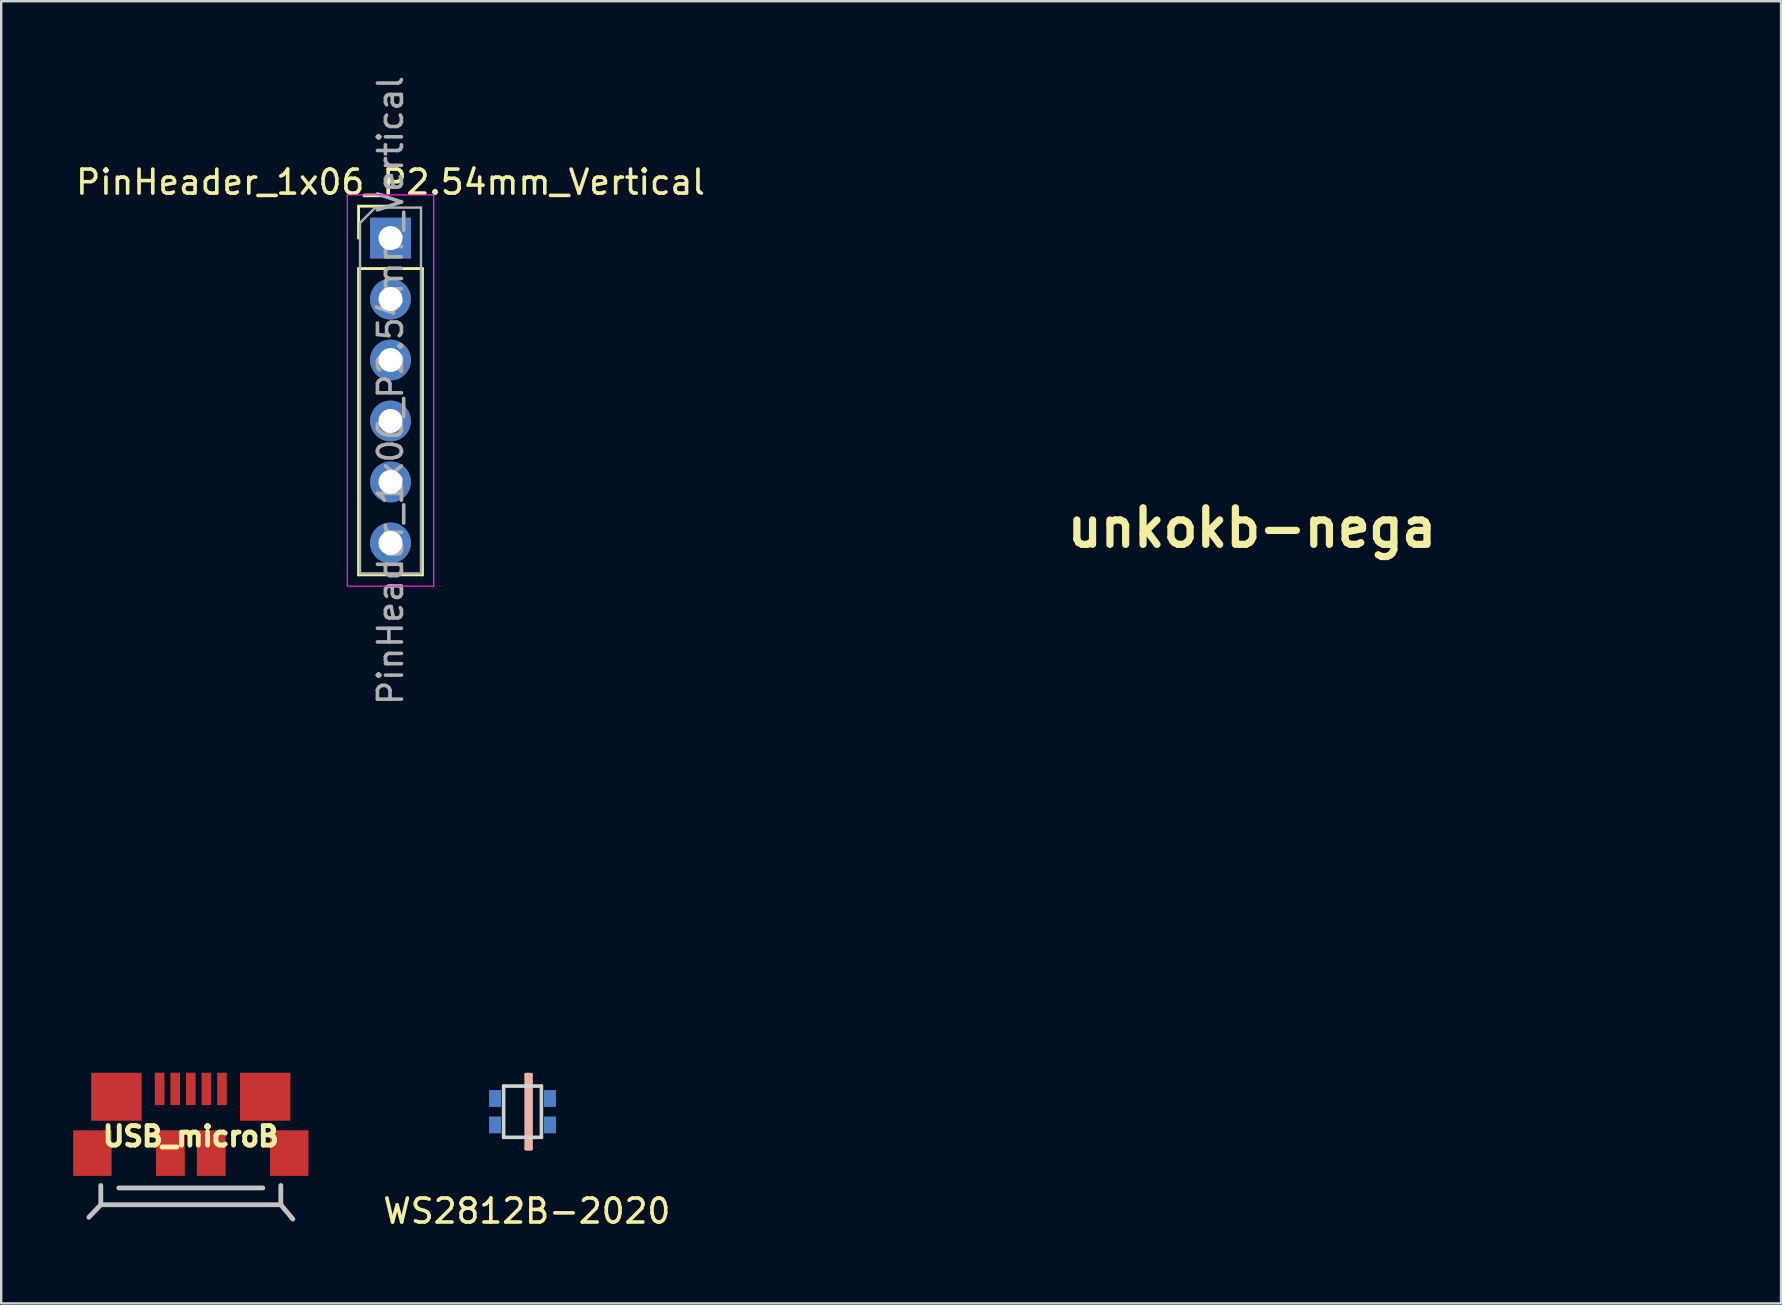
<source format=kicad_pcb>
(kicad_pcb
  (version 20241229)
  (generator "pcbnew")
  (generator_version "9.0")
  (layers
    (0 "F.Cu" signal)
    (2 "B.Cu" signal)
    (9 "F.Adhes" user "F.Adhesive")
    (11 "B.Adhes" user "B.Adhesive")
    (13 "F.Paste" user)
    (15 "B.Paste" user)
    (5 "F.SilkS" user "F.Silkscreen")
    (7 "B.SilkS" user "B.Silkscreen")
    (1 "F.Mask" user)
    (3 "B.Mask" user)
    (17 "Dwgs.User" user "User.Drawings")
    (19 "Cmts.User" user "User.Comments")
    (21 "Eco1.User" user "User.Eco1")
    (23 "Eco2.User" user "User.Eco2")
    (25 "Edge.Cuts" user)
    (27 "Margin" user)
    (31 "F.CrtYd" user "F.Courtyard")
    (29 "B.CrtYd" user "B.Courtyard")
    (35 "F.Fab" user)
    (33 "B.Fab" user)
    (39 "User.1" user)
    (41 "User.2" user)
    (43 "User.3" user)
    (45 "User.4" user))
  (footprint "USB_microB"
    (layer "F.Cu")
    (at 4.9 44.992)
    (property "Reference" "USB_microB" (at 0 -0.699 0) (layer "F.SilkS") (effects (font (size 0.813 0.813) (thickness 0.203))))
    (attr through_hole)
    (fp_line (start -3.75 2.15) (end -4.25 2.675) (stroke (width 0.2) (type solid)) (layer "Dwgs.User"))
    (fp_line (start -3.75 2.15) (end -3.75 1.35) (stroke (width 0.2) (type solid)) (layer "Dwgs.User"))
    (fp_line (start -3.75 2.15) (end 3.75 2.15) (stroke (width 0.2) (type solid)) (layer "Dwgs.User"))
    (fp_line (start -3 1.45) (end 3 1.45) (stroke (width 0.2) (type solid)) (layer "Dwgs.User"))
    (fp_line (start 3.75 2.15) (end 3.75 1.35) (stroke (width 0.2) (type solid)) (layer "Dwgs.User"))
    (fp_line (start 3.75 2.15) (end 4.25 2.75) (stroke (width 0.2) (type solid)) (layer "Dwgs.User"))
    (pad "1" smd rect (at -1.3 -2.675 180) (size 0.4 1.35) (layers "F.Cu" "F.Mask" "F.Paste"))
    (pad "2" smd rect (at -0.65 -2.675 180) (size 0.4 1.35) (layers "F.Cu" "F.Mask" "F.Paste"))
    (pad "3" smd rect (at 0 -2.675 180) (size 0.4 1.35) (layers "F.Cu" "F.Mask" "F.Paste"))
    (pad "4" smd rect (at 0.65 -2.675 180) (size 0.4 1.35) (layers "F.Cu" "F.Mask" "F.Paste"))
    (pad "5" smd rect (at 1.298 -2.675 180) (size 0.4 1.35) (layers "F.Cu" "F.Mask" "F.Paste"))
    (pad "6" smd rect (at -4.1 0) (size 1.6 1.9) (layers "F.Cu" "F.Mask" "F.Paste"))
    (pad "6" smd rect (at -3.099 -2.349) (size 2.1 2) (layers "F.Cu" "F.Mask" "F.Paste"))
    (pad "6" smd rect (at -0.85 0) (size 1.2 1.9) (layers "F.Cu" "F.Mask" "F.Paste"))
    (pad "6" smd rect (at 0.85 0) (size 1.2 1.9) (layers "F.Cu" "F.Mask" "F.Paste"))
    (pad "6" smd rect (at 3.099 -2.349) (size 2.1 2) (layers "F.Cu" "F.Mask" "F.Paste"))
    (pad "6" smd rect (at 4.1 0) (size 1.6 1.9) (layers "F.Cu" "F.Mask" "F.Paste")))
  (footprint "WS2812B-2020"
    (layer "F.Cu")
    (at 18.72 43.267)
    (property "Reference" "WS2812B-2020" (at 0.18 4.14 0) (layer "F.SilkS") (effects (font (size 1 1) (thickness 0.15))))
    (attr smd)
    (fp_line (start 0.152 -1.549) (end 0.356 -1.549) (stroke (width 0.15) (type solid)) (layer "B.SilkS"))
    (fp_line (start 0.152 -1.524) (end 0.152 1.524) (stroke (width 0.15) (type solid)) (layer "B.SilkS"))
    (fp_line (start 0.152 1.549) (end 0.356 1.549) (stroke (width 0.15) (type solid)) (layer "B.SilkS"))
    (fp_line (start 0.254 1.524) (end 0.254 -1.524) (stroke (width 0.15) (type solid)) (layer "B.SilkS"))
    (fp_line (start 0.356 -1.524) (end 0.356 1.524) (stroke (width 0.15) (type solid)) (layer "B.SilkS"))
    (fp_line (start -0.787 -1.067) (end 0.787 -1.067) (stroke (width 0.15) (type solid)) (layer "Edge.Cuts"))
    (fp_line (start -0.787 1.067) (end -0.787 -1.067) (stroke (width 0.15) (type solid)) (layer "Edge.Cuts"))
    (fp_line (start 0.787 -1.067) (end 0.787 1.067) (stroke (width 0.15) (type solid)) (layer "Edge.Cuts"))
    (fp_line (start 0.787 1.067) (end -0.787 1.067) (stroke (width 0.15) (type solid)) (layer "Edge.Cuts"))
    (pad "1" smd rect (at -1.144 0.55) (size 0.5 0.7) (layers "B.Cu" "B.Mask" "B.Paste"))
    (pad "2" smd rect (at 1.144 0.55) (size 0.5 0.7) (layers "B.Cu" "B.Mask" "B.Paste"))
    (pad "3" smd rect (at 1.144 -0.55) (size 0.5 0.7) (layers "B.Cu" "B.Mask" "B.Paste"))
    (pad "4" smd rect (at -1.144 -0.55) (size 0.5 0.7) (layers "B.Cu" "B.Mask" "B.Paste")))
  (footprint "PinHeader_1x06_P2.54mm_Vertical"
    (layer "F.Cu")
    (at 13.22 6.87)
    (property "Reference" "PinHeader_1x06_P2.54mm_Vertical" (at 0 -2.33 0) (layer "F.SilkS") (effects (font (size 1 1) (thickness 0.15))))
    (attr through_hole)
    (fp_line (start -1.33 -1.33) (end 0 -1.33) (stroke (width 0.12) (type solid)) (layer "F.SilkS"))
    (fp_line (start -1.33 0) (end -1.33 -1.33) (stroke (width 0.12) (type solid)) (layer "F.SilkS"))
    (fp_line (start -1.33 1.27) (end -1.33 14.03) (stroke (width 0.12) (type solid)) (layer "F.SilkS"))
    (fp_line (start -1.33 1.27) (end 1.33 1.27) (stroke (width 0.12) (type solid)) (layer "F.SilkS"))
    (fp_line (start -1.33 14.03) (end 1.33 14.03) (stroke (width 0.12) (type solid)) (layer "F.SilkS"))
    (fp_line (start 1.33 1.27) (end 1.33 14.03) (stroke (width 0.12) (type solid)) (layer "F.SilkS"))
    (fp_line (start -1.8 -1.8) (end -1.8 14.5) (stroke (width 0.05) (type solid)) (layer "F.CrtYd"))
    (fp_line (start -1.8 14.5) (end 1.8 14.5) (stroke (width 0.05) (type solid)) (layer "F.CrtYd"))
    (fp_line (start 1.8 -1.8) (end -1.8 -1.8) (stroke (width 0.05) (type solid)) (layer "F.CrtYd"))
    (fp_line (start 1.8 14.5) (end 1.8 -1.8) (stroke (width 0.05) (type solid)) (layer "F.CrtYd"))
    (fp_line (start -1.27 -0.635) (end -0.635 -1.27) (stroke (width 0.1) (type solid)) (layer "F.Fab"))
    (fp_line (start -1.27 13.97) (end -1.27 -0.635) (stroke (width 0.1) (type solid)) (layer "F.Fab"))
    (fp_line (start -0.635 -1.27) (end 1.27 -1.27) (stroke (width 0.1) (type solid)) (layer "F.Fab"))
    (fp_line (start 1.27 -1.27) (end 1.27 13.97) (stroke (width 0.1) (type solid)) (layer "F.Fab"))
    (fp_line (start 1.27 13.97) (end -1.27 13.97) (stroke (width 0.1) (type solid)) (layer "F.Fab"))
    (fp_text user "${REFERENCE}" (at 0 6.35 90) (layer "F.Fab") (effects (font (size 1 1) (thickness 0.15))))
    (pad "1" thru_hole rect (at 0 0) (size 1.7 1.7) (drill 1) (layers "*.Cu" "F.Mask"))
    (pad "2" thru_hole oval (at 0 2.54) (size 1.7 1.7) (drill 1) (layers "*.Cu" "F.Mask"))
    (pad "3" thru_hole oval (at 0 5.08) (size 1.7 1.7) (drill 1) (layers "*.Cu" "F.Mask"))
    (pad "4" thru_hole oval (at 0 7.62) (size 1.7 1.7) (drill 1) (layers "*.Cu" "F.Mask"))
    (pad "5" thru_hole oval (at 0 10.16) (size 1.7 1.7) (drill 1) (layers "*.Cu" "F.Mask"))
    (pad "6" thru_hole oval (at 0 12.7) (size 1.7 1.7) (drill 1) (layers "*.Cu" "F.Mask")))
  (footprint "unkokb-nega"
    (layer "F.Cu")
    (at 49.109 18.94)
    (property "Reference" "unkokb-nega" (at 0 0 0) (layer "F.SilkS") (effects (font (size 1.524 1.524) (thickness 0.3))))
    (attr through_hole)
    (fp_poly (pts (xy 3.009 -18.85) (xy 6.47 -18.188) (xy 9.622 -16.989) (xy 12.407 -15.296) (xy 14.769 -13.149) (xy 16.652 -10.588) (xy 17.999 -7.655) (xy 18.675 -4.939) (xy 19.04 -0.902) (xy 18.774 2.907) (xy 17.858 6.606) (xy 16.581 9.701) (xy 14.741 12.74) (xy 12.423 15.26) (xy 9.633 17.256) (xy 6.376 18.724) (xy 6.35 18.733) (xy 4.321 19.236) (xy 1.836 19.559) (xy -0.876 19.697) (xy -3.588 19.643) (xy -6.071 19.393) (xy -7.676 19.065) (xy -10.254 18.274) (xy -12.416 17.365) (xy -14.454 16.205) (xy -15.73 15.337) (xy -17.295 14.108) (xy -18.525 12.919) (xy -19.341 11.862) (xy -19.663 11.031) (xy -19.629 10.763) (xy -19.363 10.358) (xy -18.943 10.314) (xy -18.284 10.675) (xy -17.296 11.481) (xy -16.345 12.35) (xy -13.358 14.671) (xy -10.017 16.389) (xy -6.354 17.494) (xy -2.402 17.972) (xy -1.372 17.992) (xy 2.387 17.745) (xy 5.691 16.993) (xy 8.597 15.713) (xy 11.161 13.885) (xy 12.018 13.081) (xy 13.992 10.656) (xy 15.504 7.871) (xy 16.552 4.835) (xy 17.13 1.655) (xy 17.235 -1.558) (xy 16.863 -4.696) (xy 16.009 -7.651) (xy 14.671 -10.313) (xy 12.946 -12.472) (xy 11.43 -13.704) (xy 9.456 -14.903) (xy 7.27 -15.943) (xy 5.114 -16.701) (xy 4.304 -16.899) (xy 1.583 -17.226) (xy -1.264 -17.153) (xy -4.019 -16.708) (xy -6.469 -15.92) (xy -7.6 -15.355) (xy -9.841 -13.662) (xy -11.652 -11.525) (xy -13.016 -9.055) (xy -13.919 -6.36) (xy -14.345 -3.546) (xy -14.278 -0.724) (xy -13.703 1.999) (xy -12.604 4.514) (xy -10.967 6.714) (xy -10.783 6.902) (xy -8.963 8.451) (xy -7.025 9.508) (xy -4.809 10.132) (xy -2.154 10.384) (xy -1.411 10.396) (xy 0.264 10.377) (xy 1.469 10.279) (xy 2.441 10.06) (xy 3.414 9.675) (xy 3.953 9.419) (xy 6.162 7.963) (xy 7.862 6.042) (xy 9.022 3.711) (xy 9.608 1.024) (xy 9.676 -0.353) (xy 9.406 -3.092) (xy 8.597 -5.377) (xy 7.25 -7.205) (xy 5.369 -8.574) (xy 2.954 -9.482) (xy 2.601 -9.566) (xy 0.307 -9.781) (xy -1.837 -9.422) (xy -3.724 -8.548) (xy -5.246 -7.221) (xy -6.297 -5.499) (xy -6.637 -4.397) (xy -6.808 -2.326) (xy -6.456 -0.47) (xy -5.656 1.083) (xy -4.486 2.248) (xy -3.022 2.94) (xy -1.34 3.073) (xy -0.179 2.823) (xy 1.161 2.079) (xy 1.931 0.944) (xy 2.111 -0.167) (xy 1.936 -1.384) (xy 1.437 -2.002) (xy 0.84 -2.055) (xy 0.359 -1.752) (xy 0.183 -0.989) (xy 0.176 -0.703) (xy 0.064 0.202) (xy -0.33 0.604) (xy -0.487 0.646) (xy -1.227 0.503) (xy -1.653 -0.256) (xy -1.758 -1.244) (xy -1.519 -2.618) (xy -0.783 -3.49) (xy 0.453 -3.865) (xy 0.847 -3.881) (xy 2.151 -3.724) (xy 3.014 -3.195) (xy 3.506 -2.202) (xy 3.696 -0.652) (xy 3.704 -0.112) (xy 3.678 1.154) (xy 3.537 1.967) (xy 3.188 2.579) (xy 2.537 3.24) (xy 2.416 3.352) (xy 0.834 4.348) (xy -1.04 4.805) (xy -3.041 4.721) (xy -5.004 4.094) (xy -6.127 3.436) (xy -7.284 2.205) (xy -8.076 0.522) (xy -8.492 -1.456) (xy -8.521 -3.571) (xy -8.15 -5.665) (xy -7.369 -7.582) (xy -6.969 -8.222) (xy -5.538 -9.675) (xy -3.65 -10.723) (xy -1.44 -11.345) (xy 0.957 -11.516) (xy 3.404 -11.215) (xy 5.766 -10.417) (xy 5.849 -10.378) (xy 8.021 -8.994) (xy 9.659 -7.148) (xy 10.763 -4.843) (xy 11.331 -2.084) (xy 11.413 -0.176) (xy 11.08 2.923) (xy 10.169 5.65) (xy 8.725 7.964) (xy 6.792 9.825) (xy 4.415 11.195) (xy 1.639 12.032) (xy -1.493 12.297) (xy -2.461 12.261) (xy -5.811 11.755) (xy -8.748 10.697) (xy -11.25 9.103) (xy -13.29 6.99) (xy -14.846 4.375) (xy -15.229 3.456) (xy -15.783 1.396) (xy -16.086 -1.041) (xy -16.123 -3.566) (xy -15.883 -5.892) (xy -15.706 -6.703) (xy -14.545 -10.107) (xy -12.987 -12.932) (xy -11.009 -15.196) (xy -8.592 -16.916) (xy -5.714 -18.109) (xy -2.354 -18.791) (xy -0.706 -18.935) (xy 3.009 -18.85)) (stroke (width 0.01) (type solid)) (fill yes) (layer "F.Mask")))
  (gr_rect
    (start -3 -3)
    (end 71.154 51.255)
    (stroke (width 0.1) (type default))
    (fill no)
    (layer "Edge.Cuts")))
</source>
